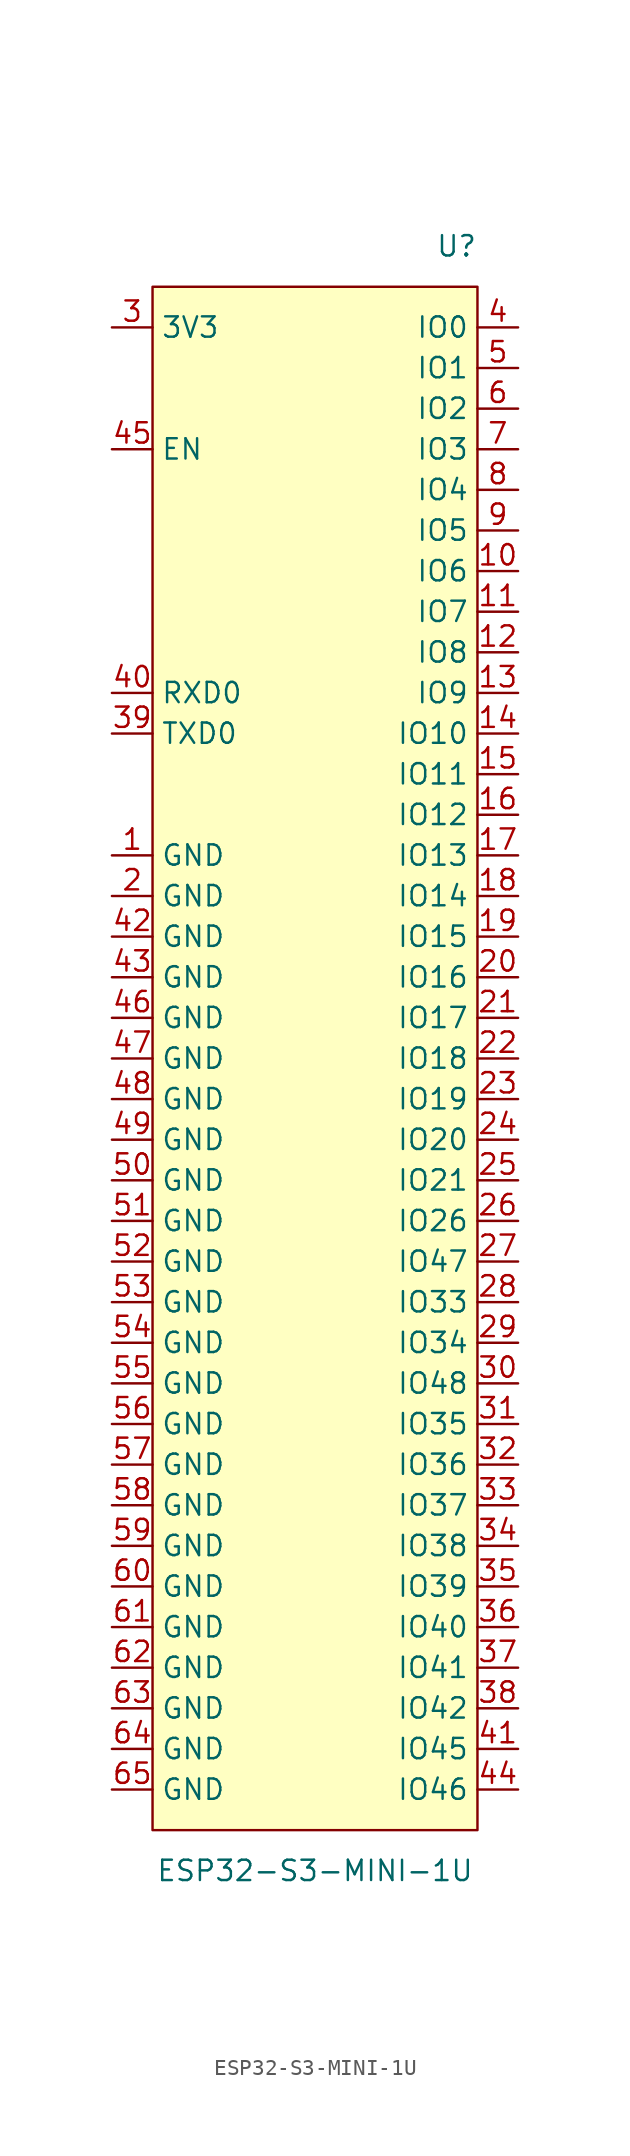
<source format=kicad_sym>
(kicad_symbol_lib
  (version 20231120)
  (generator "kicad_symbol_editor")
  (generator_version "8.0")
  (symbol "ESP32-S3-MINI-1U"
    (property "Reference" "U"
      (at 10.16 50.8 0)
      (effects (font (size 1.27 1.27)) (justify right)))
    (property "Value" "ESP32-S3-MINI-1U"
      (at 0 -50.8 0)
      (effects (font (size 1.27 1.27))))
    (symbol "ESP32-S3-MINI-1U_0_0"
      (pin power_in line (at -12.7 12.7 0) (length 2.54) (name "GND" (effects (font (size 1.27 1.27)))) (number "1" (effects (font (size 1.27 1.27)))))
      (pin bidirectional line (at 12.7 30.48 180) (length 2.54) (name "IO6" (effects (font (size 1.27 1.27)))) (number "10" (effects (font (size 1.27 1.27)))))
      (pin bidirectional line (at 12.7 27.94 180) (length 2.54) (name "IO7" (effects (font (size 1.27 1.27)))) (number "11" (effects (font (size 1.27 1.27)))))
      (pin bidirectional line (at 12.7 25.4 180) (length 2.54) (name "IO8" (effects (font (size 1.27 1.27)))) (number "12" (effects (font (size 1.27 1.27)))))
      (pin bidirectional line (at 12.7 22.86 180) (length 2.54) (name "IO9" (effects (font (size 1.27 1.27)))) (number "13" (effects (font (size 1.27 1.27)))))
      (pin bidirectional line (at 12.7 20.32 180) (length 2.54) (name "IO10" (effects (font (size 1.27 1.27)))) (number "14" (effects (font (size 1.27 1.27)))))
      (pin bidirectional line (at 12.7 17.78 180) (length 2.54) (name "IO11" (effects (font (size 1.27 1.27)))) (number "15" (effects (font (size 1.27 1.27)))))
      (pin bidirectional line (at 12.7 15.24 180) (length 2.54) (name "IO12" (effects (font (size 1.27 1.27)))) (number "16" (effects (font (size 1.27 1.27)))))
      (pin bidirectional line (at 12.7 12.7 180) (length 2.54) (name "IO13" (effects (font (size 1.27 1.27)))) (number "17" (effects (font (size 1.27 1.27)))))
      (pin bidirectional line (at 12.7 10.16 180) (length 2.54) (name "IO14" (effects (font (size 1.27 1.27)))) (number "18" (effects (font (size 1.27 1.27)))))
      (pin bidirectional line (at 12.7 7.62 180) (length 2.54) (name "IO15" (effects (font (size 1.27 1.27)))) (number "19" (effects (font (size 1.27 1.27)))))
      (pin power_in line (at -12.7 10.16 0) (length 2.54) (name "GND" (effects (font (size 1.27 1.27)))) (number "2" (effects (font (size 1.27 1.27)))))
      (pin bidirectional line (at 12.7 5.08 180) (length 2.54) (name "IO16" (effects (font (size 1.27 1.27)))) (number "20" (effects (font (size 1.27 1.27)))))
      (pin bidirectional line (at 12.7 2.54 180) (length 2.54) (name "IO17" (effects (font (size 1.27 1.27)))) (number "21" (effects (font (size 1.27 1.27)))))
      (pin bidirectional line (at 12.7 0 180) (length 2.54) (name "IO18" (effects (font (size 1.27 1.27)))) (number "22" (effects (font (size 1.27 1.27)))))
      (pin bidirectional line (at 12.7 -2.54 180) (length 2.54) (name "IO19" (effects (font (size 1.27 1.27)))) (number "23" (effects (font (size 1.27 1.27)))))
      (pin bidirectional line (at 12.7 -5.08 180) (length 2.54) (name "IO20" (effects (font (size 1.27 1.27)))) (number "24" (effects (font (size 1.27 1.27)))))
      (pin bidirectional line (at 12.7 -7.62 180) (length 2.54) (name "IO21" (effects (font (size 1.27 1.27)))) (number "25" (effects (font (size 1.27 1.27)))))
      (pin bidirectional line (at 12.7 -10.16 180) (length 2.54) (name "IO26" (effects (font (size 1.27 1.27)))) (number "26" (effects (font (size 1.27 1.27)))))
      (pin bidirectional line (at 12.7 -12.7 180) (length 2.54) (name "IO47" (effects (font (size 1.27 1.27)))) (number "27" (effects (font (size 1.27 1.27)))))
      (pin bidirectional line (at 12.7 -15.24 180) (length 2.54) (name "IO33" (effects (font (size 1.27 1.27)))) (number "28" (effects (font (size 1.27 1.27)))))
      (pin bidirectional line (at 12.7 -17.78 180) (length 2.54) (name "IO34" (effects (font (size 1.27 1.27)))) (number "29" (effects (font (size 1.27 1.27)))))
      (pin power_in line (at -12.7 45.72 0) (length 2.54) (name "3V3" (effects (font (size 1.27 1.27)))) (number "3" (effects (font (size 1.27 1.27)))))
      (pin bidirectional line (at 12.7 -20.32 180) (length 2.54) (name "IO48" (effects (font (size 1.27 1.27)))) (number "30" (effects (font (size 1.27 1.27)))))
      (pin bidirectional line (at 12.7 -22.86 180) (length 2.54) (name "IO35" (effects (font (size 1.27 1.27)))) (number "31" (effects (font (size 1.27 1.27)))))
      (pin bidirectional line (at 12.7 -25.4 180) (length 2.54) (name "IO36" (effects (font (size 1.27 1.27)))) (number "32" (effects (font (size 1.27 1.27)))))
      (pin bidirectional line (at 12.7 -27.94 180) (length 2.54) (name "IO37" (effects (font (size 1.27 1.27)))) (number "33" (effects (font (size 1.27 1.27)))))
      (pin bidirectional line (at 12.7 -30.48 180) (length 2.54) (name "IO38" (effects (font (size 1.27 1.27)))) (number "34" (effects (font (size 1.27 1.27)))))
      (pin bidirectional line (at 12.7 -33.02 180) (length 2.54) (name "IO39" (effects (font (size 1.27 1.27)))) (number "35" (effects (font (size 1.27 1.27)))))
      (pin bidirectional line (at 12.7 -35.56 180) (length 2.54) (name "IO40" (effects (font (size 1.27 1.27)))) (number "36" (effects (font (size 1.27 1.27)))))
      (pin bidirectional line (at 12.7 -38.1 180) (length 2.54) (name "IO41" (effects (font (size 1.27 1.27)))) (number "37" (effects (font (size 1.27 1.27)))))
      (pin bidirectional line (at 12.7 -40.64 180) (length 2.54) (name "IO42" (effects (font (size 1.27 1.27)))) (number "38" (effects (font (size 1.27 1.27)))))
      (pin bidirectional line (at -12.7 20.32 0) (length 2.54) (name "TXD0" (effects (font (size 1.27 1.27)))) (number "39" (effects (font (size 1.27 1.27)))))
      (pin bidirectional line (at 12.7 45.72 180) (length 2.54) (name "IO0" (effects (font (size 1.27 1.27)))) (number "4" (effects (font (size 1.27 1.27)))))
      (pin bidirectional line (at -12.7 22.86 0) (length 2.54) (name "RXD0" (effects (font (size 1.27 1.27)))) (number "40" (effects (font (size 1.27 1.27)))))
      (pin bidirectional line (at 12.7 -43.18 180) (length 2.54) (name "IO45" (effects (font (size 1.27 1.27)))) (number "41" (effects (font (size 1.27 1.27)))))
      (pin power_in line (at -12.7 7.62 0) (length 2.54) (name "GND" (effects (font (size 1.27 1.27)))) (number "42" (effects (font (size 1.27 1.27)))))
      (pin power_in line (at -12.7 5.08 0) (length 2.54) (name "GND" (effects (font (size 1.27 1.27)))) (number "43" (effects (font (size 1.27 1.27)))))
      (pin bidirectional line (at 12.7 -45.72 180) (length 2.54) (name "IO46" (effects (font (size 1.27 1.27)))) (number "44" (effects (font (size 1.27 1.27)))))
      (pin input line (at -12.7 38.1 0) (length 2.54) (name "EN" (effects (font (size 1.27 1.27)))) (number "45" (effects (font (size 1.27 1.27)))))
      (pin power_in line (at -12.7 2.54 0) (length 2.54) (name "GND" (effects (font (size 1.27 1.27)))) (number "46" (effects (font (size 1.27 1.27)))))
      (pin power_in line (at -12.7 0 0) (length 2.54) (name "GND" (effects (font (size 1.27 1.27)))) (number "47" (effects (font (size 1.27 1.27)))))
      (pin power_in line (at -12.7 -2.54 0) (length 2.54) (name "GND" (effects (font (size 1.27 1.27)))) (number "48" (effects (font (size 1.27 1.27)))))
      (pin power_in line (at -12.7 -5.08 0) (length 2.54) (name "GND" (effects (font (size 1.27 1.27)))) (number "49" (effects (font (size 1.27 1.27)))))
      (pin bidirectional line (at 12.7 43.18 180) (length 2.54) (name "IO1" (effects (font (size 1.27 1.27)))) (number "5" (effects (font (size 1.27 1.27)))))
      (pin power_in line (at -12.7 -7.62 0) (length 2.54) (name "GND" (effects (font (size 1.27 1.27)))) (number "50" (effects (font (size 1.27 1.27)))))
      (pin power_in line (at -12.7 -10.16 0) (length 2.54) (name "GND" (effects (font (size 1.27 1.27)))) (number "51" (effects (font (size 1.27 1.27)))))
      (pin power_in line (at -12.7 -12.7 0) (length 2.54) (name "GND" (effects (font (size 1.27 1.27)))) (number "52" (effects (font (size 1.27 1.27)))))
      (pin power_in line (at -12.7 -15.24 0) (length 2.54) (name "GND" (effects (font (size 1.27 1.27)))) (number "53" (effects (font (size 1.27 1.27)))))
      (pin power_in line (at -12.7 -17.78 0) (length 2.54) (name "GND" (effects (font (size 1.27 1.27)))) (number "54" (effects (font (size 1.27 1.27)))))
      (pin power_in line (at -12.7 -20.32 0) (length 2.54) (name "GND" (effects (font (size 1.27 1.27)))) (number "55" (effects (font (size 1.27 1.27)))))
      (pin power_in line (at -12.7 -22.86 0) (length 2.54) (name "GND" (effects (font (size 1.27 1.27)))) (number "56" (effects (font (size 1.27 1.27)))))
      (pin power_in line (at -12.7 -25.4 0) (length 2.54) (name "GND" (effects (font (size 1.27 1.27)))) (number "57" (effects (font (size 1.27 1.27)))))
      (pin power_in line (at -12.7 -27.94 0) (length 2.54) (name "GND" (effects (font (size 1.27 1.27)))) (number "58" (effects (font (size 1.27 1.27)))))
      (pin power_in line (at -12.7 -30.48 0) (length 2.54) (name "GND" (effects (font (size 1.27 1.27)))) (number "59" (effects (font (size 1.27 1.27)))))
      (pin bidirectional line (at 12.7 40.64 180) (length 2.54) (name "IO2" (effects (font (size 1.27 1.27)))) (number "6" (effects (font (size 1.27 1.27)))))
      (pin power_in line (at -12.7 -33.02 0) (length 2.54) (name "GND" (effects (font (size 1.27 1.27)))) (number "60" (effects (font (size 1.27 1.27)))))
      (pin power_in line (at -12.7 -35.56 0) (length 2.54) (name "GND" (effects (font (size 1.27 1.27)))) (number "61" (effects (font (size 1.27 1.27)))))
      (pin power_in line (at -12.7 -38.1 0) (length 2.54) (name "GND" (effects (font (size 1.27 1.27)))) (number "62" (effects (font (size 1.27 1.27)))))
      (pin power_in line (at -12.7 -40.64 0) (length 2.54) (name "GND" (effects (font (size 1.27 1.27)))) (number "63" (effects (font (size 1.27 1.27)))))
      (pin power_in line (at -12.7 -43.18 0) (length 2.54) (name "GND" (effects (font (size 1.27 1.27)))) (number "64" (effects (font (size 1.27 1.27)))))
      (pin power_in line (at -12.7 -45.72 0) (length 2.54) (name "GND" (effects (font (size 1.27 1.27)))) (number "65" (effects (font (size 1.27 1.27)))))
      (pin bidirectional line (at 12.7 38.1 180) (length 2.54) (name "IO3" (effects (font (size 1.27 1.27)))) (number "7" (effects (font (size 1.27 1.27)))))
      (pin bidirectional line (at 12.7 35.56 180) (length 2.54) (name "IO4" (effects (font (size 1.27 1.27)))) (number "8" (effects (font (size 1.27 1.27)))))
      (pin bidirectional line (at 12.7 33.02 180) (length 2.54) (name "IO5" (effects (font (size 1.27 1.27)))) (number "9" (effects (font (size 1.27 1.27))))))
    (symbol "ESP32-S3-MINI-1U_1_1"
      (rectangle (start -10.16 48.26) (end 10.16 -48.26) (stroke (width 0) (type default)) (fill (type background))))))
</source>
